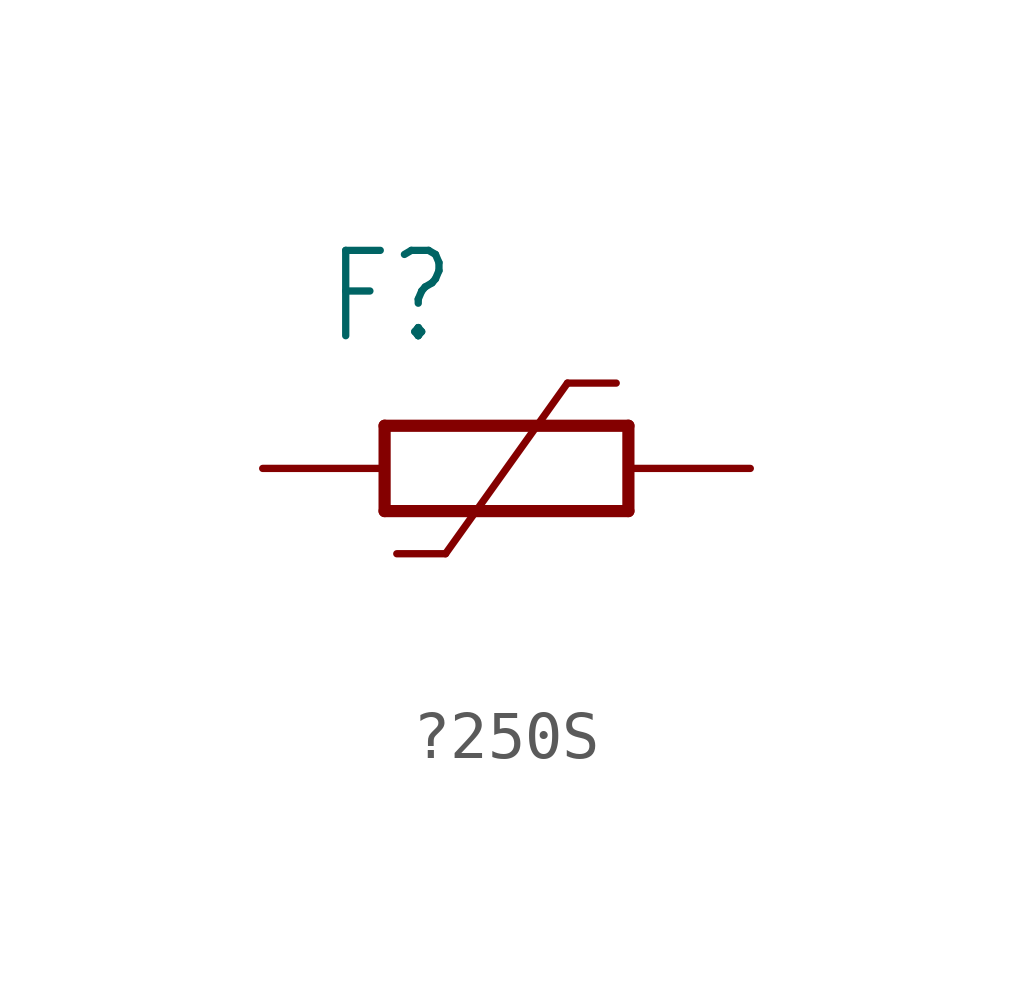
<source format=kicad_sym>
(kicad_symbol_lib
  (version 20231120)
  (generator "kicad_symbol_editor")
  (generator_version "8.0")
  (symbol "?250S"
    (property "Reference" "F"
      (at -3.81 2.54 0)
      (effects (font (size 1.778 1.511)) (justify left bottom)))
    (property "Value" ""
      (at -3.81 -3.81 0)
      (effects (font (size 1.778 1.511)) (justify left bottom)))
    (property "ki_locked" ""
      (at 0 0 0)
      (effects (font (size 1.27 1.27))))
    (symbol "?250S_1_0"
      (polyline (pts (xy -2.54 -0.889) (xy 2.54 -0.889)) (stroke (width 0.254) (type solid)) (fill (type none)))
      (polyline (pts (xy -2.54 0.889) (xy -2.54 -0.889)) (stroke (width 0.254) (type solid)) (fill (type none)))
      (polyline (pts (xy -1.27 -1.778) (xy -2.286 -1.778)) (stroke (width 0.152) (type solid)) (fill (type none)))
      (polyline (pts (xy 1.27 1.778) (xy -1.27 -1.778)) (stroke (width 0.152) (type solid)) (fill (type none)))
      (polyline (pts (xy 1.27 1.778) (xy 2.286 1.778)) (stroke (width 0.152) (type solid)) (fill (type none)))
      (polyline (pts (xy 2.54 0.889) (xy -2.54 0.889)) (stroke (width 0.254) (type solid)) (fill (type none)))
      (polyline (pts (xy 2.54 0.889) (xy 2.54 -0.889)) (stroke (width 0.254) (type solid)) (fill (type none)))
      (pin passive line (at 5.08 0 180) (length 2.54) (name "1" (effects (font (size 0 0)))) (number "1" (effects (font (size 0 0)))))
      (pin passive line (at -5.08 0 0) (length 2.54) (name "2" (effects (font (size 0 0)))) (number "2" (effects (font (size 0 0))))))))
</source>
